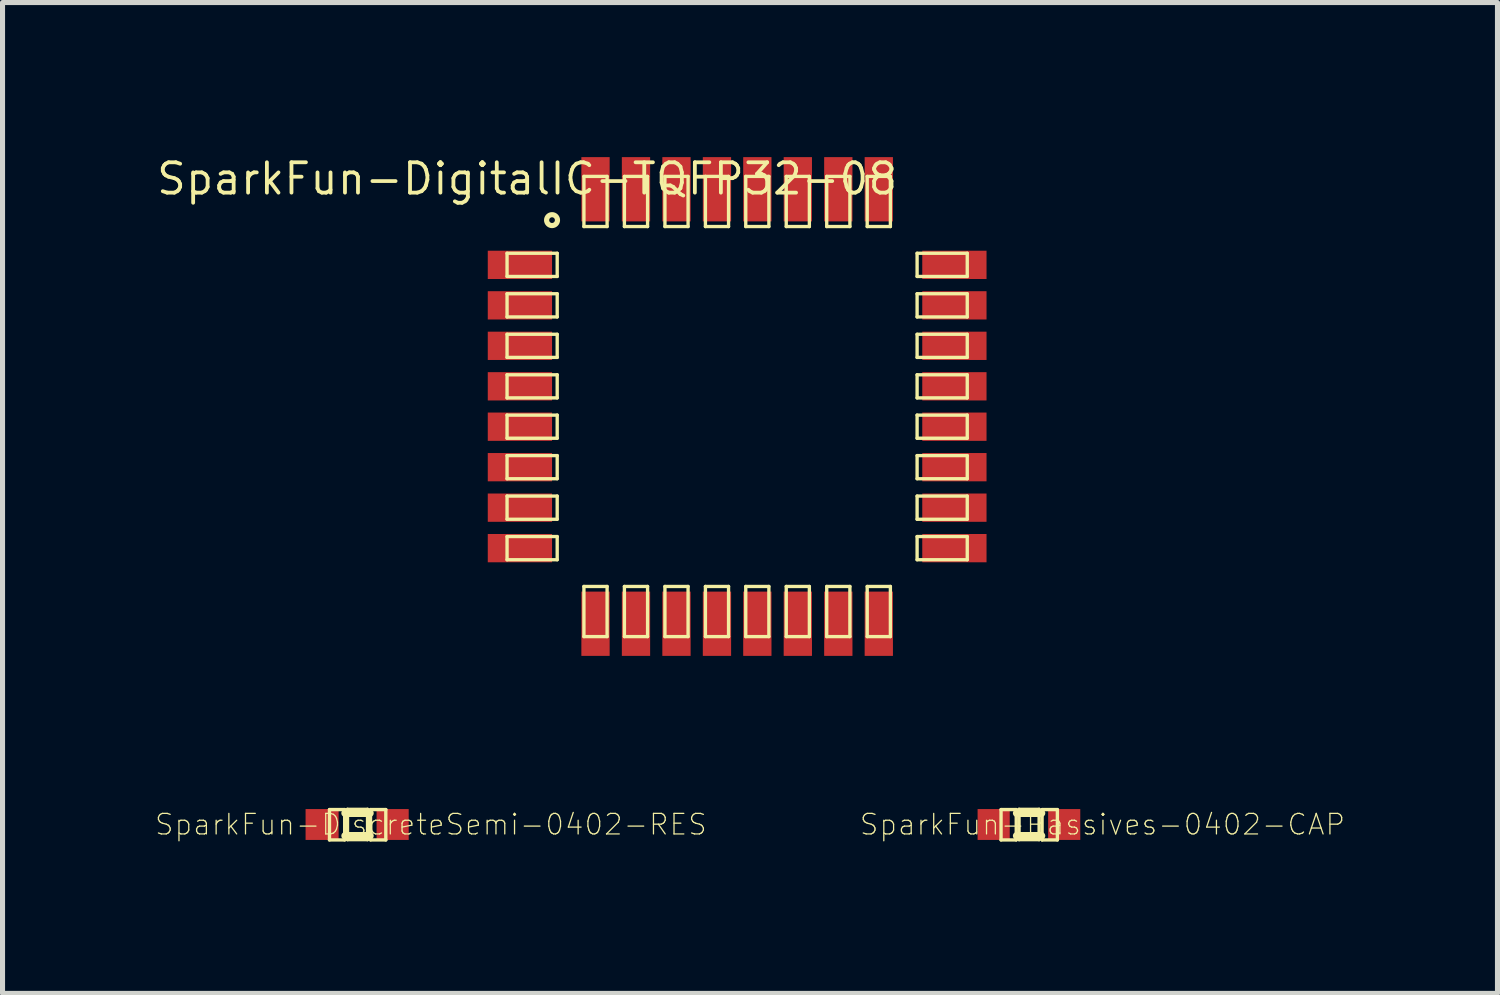
<source format=kicad_pcb>
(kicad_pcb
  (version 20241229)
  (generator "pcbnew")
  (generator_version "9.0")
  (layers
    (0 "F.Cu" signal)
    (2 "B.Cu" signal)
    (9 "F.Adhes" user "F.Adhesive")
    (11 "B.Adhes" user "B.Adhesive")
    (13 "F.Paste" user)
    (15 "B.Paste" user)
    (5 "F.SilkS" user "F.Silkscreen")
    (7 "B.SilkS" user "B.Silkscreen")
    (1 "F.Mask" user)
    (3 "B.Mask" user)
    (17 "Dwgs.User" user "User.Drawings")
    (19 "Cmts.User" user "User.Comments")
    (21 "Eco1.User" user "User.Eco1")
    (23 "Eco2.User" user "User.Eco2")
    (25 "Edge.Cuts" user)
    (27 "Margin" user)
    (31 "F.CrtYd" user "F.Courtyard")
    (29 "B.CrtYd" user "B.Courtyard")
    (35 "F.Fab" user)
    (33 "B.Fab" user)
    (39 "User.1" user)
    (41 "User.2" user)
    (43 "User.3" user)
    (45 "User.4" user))
  (footprint "SparkFun-DiscreteSemi-0402-RES"
    (layer "F.Cu")
    (at 3.315 13.243)
    (property "Reference" "SparkFun-DiscreteSemi-0402-RES" (at 2.15 0 0) (layer "F.SilkS") (effects (font (size 0.406 0.406) (thickness 0.025))))
    (attr smd)
    (fp_line (start 0.146 -0.295) (end 0.446 -0.295) (stroke (width 0.066) (type solid)) (layer "F.SilkS"))
    (fp_line (start 0.146 0.305) (end 0.146 -0.295) (stroke (width 0.066) (type solid)) (layer "F.SilkS"))
    (fp_line (start 0.146 0.305) (end 0.446 0.305) (stroke (width 0.066) (type solid)) (layer "F.SilkS"))
    (fp_line (start 0.446 0.305) (end 0.446 -0.295) (stroke (width 0.066) (type solid)) (layer "F.SilkS"))
    (fp_line (start 0.456 -0.224) (end 0.944 -0.224) (stroke (width 0.152) (type solid)) (layer "F.SilkS"))
    (fp_line (start 0.502 -0.3) (end 0.898 -0.3) (stroke (width 0.066) (type solid)) (layer "F.SilkS"))
    (fp_line (start 0.502 0.3) (end 0.502 -0.3) (stroke (width 0.066) (type solid)) (layer "F.SilkS"))
    (fp_line (start 0.502 0.3) (end 0.898 0.3) (stroke (width 0.066) (type solid)) (layer "F.SilkS"))
    (fp_line (start 0.898 0.3) (end 0.898 -0.3) (stroke (width 0.066) (type solid)) (layer "F.SilkS"))
    (fp_line (start 0.944 0.224) (end 0.456 0.224) (stroke (width 0.152) (type solid)) (layer "F.SilkS"))
    (fp_line (start 0.957 -0.295) (end 1.259 -0.295) (stroke (width 0.066) (type solid)) (layer "F.SilkS"))
    (fp_line (start 0.957 0.305) (end 0.957 -0.295) (stroke (width 0.066) (type solid)) (layer "F.SilkS"))
    (fp_line (start 0.957 0.305) (end 1.259 0.305) (stroke (width 0.066) (type solid)) (layer "F.SilkS"))
    (fp_line (start 1.259 0.305) (end 1.259 -0.295) (stroke (width 0.066) (type solid)) (layer "F.SilkS"))
    (pad "1" smd rect (at 0 0) (size 0.653 0.61) (layers "F.Cu" "F.Mask" "F.Paste"))
    (pad "2" smd rect (at 1.394 0) (size 0.635 0.61) (layers "F.Cu" "F.Mask" "F.Paste")))
  (footprint "SparkFun-DigitalIC-TQFP32-08"
    (layer "F.Cu")
    (at 11.517 4.983)
    (property "Reference" "SparkFun-DigitalIC-TQFP32-08" (at -4.15 -4.5 0) (layer "F.SilkS") (effects (font (size 0.6 0.6) (thickness 0.075))))
    (attr smd)
    (fp_line (start -4.547 -3.028) (end -3.556 -3.028) (stroke (width 0.066) (type solid)) (layer "F.SilkS"))
    (fp_line (start -4.547 -2.57) (end -4.547 -3.028) (stroke (width 0.066) (type solid)) (layer "F.SilkS"))
    (fp_line (start -4.547 -2.57) (end -3.556 -2.57) (stroke (width 0.066) (type solid)) (layer "F.SilkS"))
    (fp_line (start -4.547 -2.228) (end -3.556 -2.228) (stroke (width 0.066) (type solid)) (layer "F.SilkS"))
    (fp_line (start -4.547 -1.77) (end -4.547 -2.228) (stroke (width 0.066) (type solid)) (layer "F.SilkS"))
    (fp_line (start -4.547 -1.77) (end -3.556 -1.77) (stroke (width 0.066) (type solid)) (layer "F.SilkS"))
    (fp_line (start -4.547 -1.427) (end -3.556 -1.427) (stroke (width 0.066) (type solid)) (layer "F.SilkS"))
    (fp_line (start -4.547 -0.97) (end -4.547 -1.427) (stroke (width 0.066) (type solid)) (layer "F.SilkS"))
    (fp_line (start -4.547 -0.97) (end -3.556 -0.97) (stroke (width 0.066) (type solid)) (layer "F.SilkS"))
    (fp_line (start -4.547 -0.627) (end -3.556 -0.627) (stroke (width 0.066) (type solid)) (layer "F.SilkS"))
    (fp_line (start -4.547 -0.17) (end -4.547 -0.627) (stroke (width 0.066) (type solid)) (layer "F.SilkS"))
    (fp_line (start -4.547 -0.17) (end -3.556 -0.17) (stroke (width 0.066) (type solid)) (layer "F.SilkS"))
    (fp_line (start -4.547 0.17) (end -3.556 0.17) (stroke (width 0.066) (type solid)) (layer "F.SilkS"))
    (fp_line (start -4.547 0.627) (end -4.547 0.17) (stroke (width 0.066) (type solid)) (layer "F.SilkS"))
    (fp_line (start -4.547 0.627) (end -3.556 0.627) (stroke (width 0.066) (type solid)) (layer "F.SilkS"))
    (fp_line (start -4.547 0.97) (end -3.556 0.97) (stroke (width 0.066) (type solid)) (layer "F.SilkS"))
    (fp_line (start -4.547 1.427) (end -4.547 0.97) (stroke (width 0.066) (type solid)) (layer "F.SilkS"))
    (fp_line (start -4.547 1.427) (end -3.556 1.427) (stroke (width 0.066) (type solid)) (layer "F.SilkS"))
    (fp_line (start -4.547 1.77) (end -3.556 1.77) (stroke (width 0.066) (type solid)) (layer "F.SilkS"))
    (fp_line (start -4.547 2.228) (end -4.547 1.77) (stroke (width 0.066) (type solid)) (layer "F.SilkS"))
    (fp_line (start -4.547 2.228) (end -3.556 2.228) (stroke (width 0.066) (type solid)) (layer "F.SilkS"))
    (fp_line (start -4.547 2.57) (end -3.556 2.57) (stroke (width 0.066) (type solid)) (layer "F.SilkS"))
    (fp_line (start -4.547 3.028) (end -4.547 2.57) (stroke (width 0.066) (type solid)) (layer "F.SilkS"))
    (fp_line (start -4.547 3.028) (end -3.556 3.028) (stroke (width 0.066) (type solid)) (layer "F.SilkS"))
    (fp_line (start -3.556 -2.57) (end -3.556 -3.028) (stroke (width 0.066) (type solid)) (layer "F.SilkS"))
    (fp_line (start -3.556 -1.77) (end -3.556 -2.228) (stroke (width 0.066) (type solid)) (layer "F.SilkS"))
    (fp_line (start -3.556 -0.97) (end -3.556 -1.427) (stroke (width 0.066) (type solid)) (layer "F.SilkS"))
    (fp_line (start -3.556 -0.17) (end -3.556 -0.627) (stroke (width 0.066) (type solid)) (layer "F.SilkS"))
    (fp_line (start -3.556 0.627) (end -3.556 0.17) (stroke (width 0.066) (type solid)) (layer "F.SilkS"))
    (fp_line (start -3.556 1.427) (end -3.556 0.97) (stroke (width 0.066) (type solid)) (layer "F.SilkS"))
    (fp_line (start -3.556 2.228) (end -3.556 1.77) (stroke (width 0.066) (type solid)) (layer "F.SilkS"))
    (fp_line (start -3.556 3.028) (end -3.556 2.57) (stroke (width 0.066) (type solid)) (layer "F.SilkS"))
    (fp_line (start -3.028 -4.547) (end -2.57 -4.547) (stroke (width 0.066) (type solid)) (layer "F.SilkS"))
    (fp_line (start -3.028 -3.556) (end -3.028 -4.547) (stroke (width 0.066) (type solid)) (layer "F.SilkS"))
    (fp_line (start -3.028 -3.556) (end -2.57 -3.556) (stroke (width 0.066) (type solid)) (layer "F.SilkS"))
    (fp_line (start -3.028 3.556) (end -2.57 3.556) (stroke (width 0.066) (type solid)) (layer "F.SilkS"))
    (fp_line (start -3.028 4.547) (end -3.028 3.556) (stroke (width 0.066) (type solid)) (layer "F.SilkS"))
    (fp_line (start -3.028 4.547) (end -2.57 4.547) (stroke (width 0.066) (type solid)) (layer "F.SilkS"))
    (fp_line (start -2.57 -3.556) (end -2.57 -4.547) (stroke (width 0.066) (type solid)) (layer "F.SilkS"))
    (fp_line (start -2.57 4.547) (end -2.57 3.556) (stroke (width 0.066) (type solid)) (layer "F.SilkS"))
    (fp_line (start -2.228 -4.547) (end -1.77 -4.547) (stroke (width 0.066) (type solid)) (layer "F.SilkS"))
    (fp_line (start -2.228 -3.556) (end -2.228 -4.547) (stroke (width 0.066) (type solid)) (layer "F.SilkS"))
    (fp_line (start -2.228 -3.556) (end -1.77 -3.556) (stroke (width 0.066) (type solid)) (layer "F.SilkS"))
    (fp_line (start -2.228 3.556) (end -1.77 3.556) (stroke (width 0.066) (type solid)) (layer "F.SilkS"))
    (fp_line (start -2.228 4.547) (end -2.228 3.556) (stroke (width 0.066) (type solid)) (layer "F.SilkS"))
    (fp_line (start -2.228 4.547) (end -1.77 4.547) (stroke (width 0.066) (type solid)) (layer "F.SilkS"))
    (fp_line (start -1.77 -3.556) (end -1.77 -4.547) (stroke (width 0.066) (type solid)) (layer "F.SilkS"))
    (fp_line (start -1.77 4.547) (end -1.77 3.556) (stroke (width 0.066) (type solid)) (layer "F.SilkS"))
    (fp_line (start -1.427 -4.547) (end -0.97 -4.547) (stroke (width 0.066) (type solid)) (layer "F.SilkS"))
    (fp_line (start -1.427 -3.556) (end -1.427 -4.547) (stroke (width 0.066) (type solid)) (layer "F.SilkS"))
    (fp_line (start -1.427 -3.556) (end -0.97 -3.556) (stroke (width 0.066) (type solid)) (layer "F.SilkS"))
    (fp_line (start -1.427 3.556) (end -0.97 3.556) (stroke (width 0.066) (type solid)) (layer "F.SilkS"))
    (fp_line (start -1.427 4.547) (end -1.427 3.556) (stroke (width 0.066) (type solid)) (layer "F.SilkS"))
    (fp_line (start -1.427 4.547) (end -0.97 4.547) (stroke (width 0.066) (type solid)) (layer "F.SilkS"))
    (fp_line (start -0.97 -3.556) (end -0.97 -4.547) (stroke (width 0.066) (type solid)) (layer "F.SilkS"))
    (fp_line (start -0.97 4.547) (end -0.97 3.556) (stroke (width 0.066) (type solid)) (layer "F.SilkS"))
    (fp_line (start -0.627 -4.547) (end -0.17 -4.547) (stroke (width 0.066) (type solid)) (layer "F.SilkS"))
    (fp_line (start -0.627 -3.556) (end -0.627 -4.547) (stroke (width 0.066) (type solid)) (layer "F.SilkS"))
    (fp_line (start -0.627 -3.556) (end -0.17 -3.556) (stroke (width 0.066) (type solid)) (layer "F.SilkS"))
    (fp_line (start -0.627 3.556) (end -0.17 3.556) (stroke (width 0.066) (type solid)) (layer "F.SilkS"))
    (fp_line (start -0.627 4.547) (end -0.627 3.556) (stroke (width 0.066) (type solid)) (layer "F.SilkS"))
    (fp_line (start -0.627 4.547) (end -0.17 4.547) (stroke (width 0.066) (type solid)) (layer "F.SilkS"))
    (fp_line (start -0.17 -3.556) (end -0.17 -4.547) (stroke (width 0.066) (type solid)) (layer "F.SilkS"))
    (fp_line (start -0.17 4.547) (end -0.17 3.556) (stroke (width 0.066) (type solid)) (layer "F.SilkS"))
    (fp_line (start 0.17 -4.547) (end 0.627 -4.547) (stroke (width 0.066) (type solid)) (layer "F.SilkS"))
    (fp_line (start 0.17 -3.556) (end 0.17 -4.547) (stroke (width 0.066) (type solid)) (layer "F.SilkS"))
    (fp_line (start 0.17 -3.556) (end 0.627 -3.556) (stroke (width 0.066) (type solid)) (layer "F.SilkS"))
    (fp_line (start 0.17 3.556) (end 0.627 3.556) (stroke (width 0.066) (type solid)) (layer "F.SilkS"))
    (fp_line (start 0.17 4.547) (end 0.17 3.556) (stroke (width 0.066) (type solid)) (layer "F.SilkS"))
    (fp_line (start 0.17 4.547) (end 0.627 4.547) (stroke (width 0.066) (type solid)) (layer "F.SilkS"))
    (fp_line (start 0.627 -3.556) (end 0.627 -4.547) (stroke (width 0.066) (type solid)) (layer "F.SilkS"))
    (fp_line (start 0.627 4.547) (end 0.627 3.556) (stroke (width 0.066) (type solid)) (layer "F.SilkS"))
    (fp_line (start 0.97 -4.547) (end 1.427 -4.547) (stroke (width 0.066) (type solid)) (layer "F.SilkS"))
    (fp_line (start 0.97 -3.556) (end 0.97 -4.547) (stroke (width 0.066) (type solid)) (layer "F.SilkS"))
    (fp_line (start 0.97 -3.556) (end 1.427 -3.556) (stroke (width 0.066) (type solid)) (layer "F.SilkS"))
    (fp_line (start 0.97 3.556) (end 1.427 3.556) (stroke (width 0.066) (type solid)) (layer "F.SilkS"))
    (fp_line (start 0.97 4.547) (end 0.97 3.556) (stroke (width 0.066) (type solid)) (layer "F.SilkS"))
    (fp_line (start 0.97 4.547) (end 1.427 4.547) (stroke (width 0.066) (type solid)) (layer "F.SilkS"))
    (fp_line (start 1.427 -3.556) (end 1.427 -4.547) (stroke (width 0.066) (type solid)) (layer "F.SilkS"))
    (fp_line (start 1.427 4.547) (end 1.427 3.556) (stroke (width 0.066) (type solid)) (layer "F.SilkS"))
    (fp_line (start 1.77 -4.547) (end 2.228 -4.547) (stroke (width 0.066) (type solid)) (layer "F.SilkS"))
    (fp_line (start 1.77 -3.556) (end 1.77 -4.547) (stroke (width 0.066) (type solid)) (layer "F.SilkS"))
    (fp_line (start 1.77 -3.556) (end 2.228 -3.556) (stroke (width 0.066) (type solid)) (layer "F.SilkS"))
    (fp_line (start 1.77 3.556) (end 2.228 3.556) (stroke (width 0.066) (type solid)) (layer "F.SilkS"))
    (fp_line (start 1.77 4.547) (end 1.77 3.556) (stroke (width 0.066) (type solid)) (layer "F.SilkS"))
    (fp_line (start 1.77 4.547) (end 2.228 4.547) (stroke (width 0.066) (type solid)) (layer "F.SilkS"))
    (fp_line (start 2.228 -3.556) (end 2.228 -4.547) (stroke (width 0.066) (type solid)) (layer "F.SilkS"))
    (fp_line (start 2.228 4.547) (end 2.228 3.556) (stroke (width 0.066) (type solid)) (layer "F.SilkS"))
    (fp_line (start 2.57 -4.547) (end 3.028 -4.547) (stroke (width 0.066) (type solid)) (layer "F.SilkS"))
    (fp_line (start 2.57 -3.556) (end 2.57 -4.547) (stroke (width 0.066) (type solid)) (layer "F.SilkS"))
    (fp_line (start 2.57 -3.556) (end 3.028 -3.556) (stroke (width 0.066) (type solid)) (layer "F.SilkS"))
    (fp_line (start 2.57 3.556) (end 3.028 3.556) (stroke (width 0.066) (type solid)) (layer "F.SilkS"))
    (fp_line (start 2.57 4.547) (end 2.57 3.556) (stroke (width 0.066) (type solid)) (layer "F.SilkS"))
    (fp_line (start 2.57 4.547) (end 3.028 4.547) (stroke (width 0.066) (type solid)) (layer "F.SilkS"))
    (fp_line (start 3.028 -3.556) (end 3.028 -4.547) (stroke (width 0.066) (type solid)) (layer "F.SilkS"))
    (fp_line (start 3.028 4.547) (end 3.028 3.556) (stroke (width 0.066) (type solid)) (layer "F.SilkS"))
    (fp_line (start 3.556 -3.028) (end 4.547 -3.028) (stroke (width 0.066) (type solid)) (layer "F.SilkS"))
    (fp_line (start 3.556 -2.57) (end 3.556 -3.028) (stroke (width 0.066) (type solid)) (layer "F.SilkS"))
    (fp_line (start 3.556 -2.57) (end 4.547 -2.57) (stroke (width 0.066) (type solid)) (layer "F.SilkS"))
    (fp_line (start 3.556 -2.228) (end 4.547 -2.228) (stroke (width 0.066) (type solid)) (layer "F.SilkS"))
    (fp_line (start 3.556 -1.77) (end 3.556 -2.228) (stroke (width 0.066) (type solid)) (layer "F.SilkS"))
    (fp_line (start 3.556 -1.77) (end 4.547 -1.77) (stroke (width 0.066) (type solid)) (layer "F.SilkS"))
    (fp_line (start 3.556 -1.427) (end 4.547 -1.427) (stroke (width 0.066) (type solid)) (layer "F.SilkS"))
    (fp_line (start 3.556 -0.97) (end 3.556 -1.427) (stroke (width 0.066) (type solid)) (layer "F.SilkS"))
    (fp_line (start 3.556 -0.97) (end 4.547 -0.97) (stroke (width 0.066) (type solid)) (layer "F.SilkS"))
    (fp_line (start 3.556 -0.627) (end 4.547 -0.627) (stroke (width 0.066) (type solid)) (layer "F.SilkS"))
    (fp_line (start 3.556 -0.17) (end 3.556 -0.627) (stroke (width 0.066) (type solid)) (layer "F.SilkS"))
    (fp_line (start 3.556 -0.17) (end 4.547 -0.17) (stroke (width 0.066) (type solid)) (layer "F.SilkS"))
    (fp_line (start 3.556 0.17) (end 4.547 0.17) (stroke (width 0.066) (type solid)) (layer "F.SilkS"))
    (fp_line (start 3.556 0.627) (end 3.556 0.17) (stroke (width 0.066) (type solid)) (layer "F.SilkS"))
    (fp_line (start 3.556 0.627) (end 4.547 0.627) (stroke (width 0.066) (type solid)) (layer "F.SilkS"))
    (fp_line (start 3.556 0.97) (end 4.547 0.97) (stroke (width 0.066) (type solid)) (layer "F.SilkS"))
    (fp_line (start 3.556 1.427) (end 3.556 0.97) (stroke (width 0.066) (type solid)) (layer "F.SilkS"))
    (fp_line (start 3.556 1.427) (end 4.547 1.427) (stroke (width 0.066) (type solid)) (layer "F.SilkS"))
    (fp_line (start 3.556 1.77) (end 4.547 1.77) (stroke (width 0.066) (type solid)) (layer "F.SilkS"))
    (fp_line (start 3.556 2.228) (end 3.556 1.77) (stroke (width 0.066) (type solid)) (layer "F.SilkS"))
    (fp_line (start 3.556 2.228) (end 4.547 2.228) (stroke (width 0.066) (type solid)) (layer "F.SilkS"))
    (fp_line (start 3.556 2.57) (end 4.547 2.57) (stroke (width 0.066) (type solid)) (layer "F.SilkS"))
    (fp_line (start 3.556 3.028) (end 3.556 2.57) (stroke (width 0.066) (type solid)) (layer "F.SilkS"))
    (fp_line (start 3.556 3.028) (end 4.547 3.028) (stroke (width 0.066) (type solid)) (layer "F.SilkS"))
    (fp_line (start 4.547 -2.57) (end 4.547 -3.028) (stroke (width 0.066) (type solid)) (layer "F.SilkS"))
    (fp_line (start 4.547 -1.77) (end 4.547 -2.228) (stroke (width 0.066) (type solid)) (layer "F.SilkS"))
    (fp_line (start 4.547 -0.97) (end 4.547 -1.427) (stroke (width 0.066) (type solid)) (layer "F.SilkS"))
    (fp_line (start 4.547 -0.17) (end 4.547 -0.627) (stroke (width 0.066) (type solid)) (layer "F.SilkS"))
    (fp_line (start 4.547 0.627) (end 4.547 0.17) (stroke (width 0.066) (type solid)) (layer "F.SilkS"))
    (fp_line (start 4.547 1.427) (end 4.547 0.97) (stroke (width 0.066) (type solid)) (layer "F.SilkS"))
    (fp_line (start 4.547 2.228) (end 4.547 1.77) (stroke (width 0.066) (type solid)) (layer "F.SilkS"))
    (fp_line (start 4.547 3.028) (end 4.547 2.57) (stroke (width 0.066) (type solid)) (layer "F.SilkS"))
    (fp_circle (center -3.658 -3.683) (end -3.734 -3.759) (stroke (width 0.102) (type solid)) (fill no) (layer "F.SilkS"))
    (pad "1" smd rect (at -4.293 -2.799) (size 1.27 0.559) (layers "F.Cu" "F.Mask" "F.Paste"))
    (pad "2" smd rect (at -4.293 -1.999) (size 1.27 0.559) (layers "F.Cu" "F.Mask" "F.Paste"))
    (pad "3" smd rect (at -4.293 -1.199) (size 1.27 0.559) (layers "F.Cu" "F.Mask" "F.Paste"))
    (pad "4" smd rect (at -4.293 -0.399) (size 1.27 0.559) (layers "F.Cu" "F.Mask" "F.Paste"))
    (pad "5" smd rect (at -4.293 0.399) (size 1.27 0.559) (layers "F.Cu" "F.Mask" "F.Paste"))
    (pad "6" smd rect (at -4.293 1.199) (size 1.27 0.559) (layers "F.Cu" "F.Mask" "F.Paste"))
    (pad "7" smd rect (at -4.293 1.999) (size 1.27 0.559) (layers "F.Cu" "F.Mask" "F.Paste"))
    (pad "8" smd rect (at -4.293 2.799) (size 1.27 0.559) (layers "F.Cu" "F.Mask" "F.Paste"))
    (pad "9" smd rect (at -2.799 4.293) (size 0.559 1.27) (layers "F.Cu" "F.Mask" "F.Paste"))
    (pad "10" smd rect (at -1.999 4.293) (size 0.559 1.27) (layers "F.Cu" "F.Mask" "F.Paste"))
    (pad "11" smd rect (at -1.199 4.293) (size 0.559 1.27) (layers "F.Cu" "F.Mask" "F.Paste"))
    (pad "12" smd rect (at -0.399 4.293) (size 0.559 1.27) (layers "F.Cu" "F.Mask" "F.Paste"))
    (pad "13" smd rect (at 0.399 4.293) (size 0.559 1.27) (layers "F.Cu" "F.Mask" "F.Paste"))
    (pad "14" smd rect (at 1.199 4.293) (size 0.559 1.27) (layers "F.Cu" "F.Mask" "F.Paste"))
    (pad "15" smd rect (at 1.999 4.293) (size 0.559 1.27) (layers "F.Cu" "F.Mask" "F.Paste"))
    (pad "16" smd rect (at 2.799 4.293) (size 0.559 1.27) (layers "F.Cu" "F.Mask" "F.Paste"))
    (pad "17" smd rect (at 4.293 2.799) (size 1.27 0.559) (layers "F.Cu" "F.Mask" "F.Paste"))
    (pad "18" smd rect (at 4.293 1.999) (size 1.27 0.559) (layers "F.Cu" "F.Mask" "F.Paste"))
    (pad "19" smd rect (at 4.293 1.199) (size 1.27 0.559) (layers "F.Cu" "F.Mask" "F.Paste"))
    (pad "20" smd rect (at 4.293 0.399) (size 1.27 0.559) (layers "F.Cu" "F.Mask" "F.Paste"))
    (pad "21" smd rect (at 4.293 -0.399) (size 1.27 0.559) (layers "F.Cu" "F.Mask" "F.Paste"))
    (pad "22" smd rect (at 4.293 -1.199) (size 1.27 0.559) (layers "F.Cu" "F.Mask" "F.Paste"))
    (pad "23" smd rect (at 4.293 -1.999) (size 1.27 0.559) (layers "F.Cu" "F.Mask" "F.Paste"))
    (pad "24" smd rect (at 4.293 -2.799) (size 1.27 0.559) (layers "F.Cu" "F.Mask" "F.Paste"))
    (pad "25" smd rect (at 2.799 -4.293) (size 0.559 1.27) (layers "F.Cu" "F.Mask" "F.Paste"))
    (pad "26" smd rect (at 1.999 -4.293) (size 0.559 1.27) (layers "F.Cu" "F.Mask" "F.Paste"))
    (pad "27" smd rect (at 1.199 -4.293) (size 0.559 1.27) (layers "F.Cu" "F.Mask" "F.Paste"))
    (pad "28" smd rect (at 0.399 -4.293) (size 0.559 1.27) (layers "F.Cu" "F.Mask" "F.Paste"))
    (pad "29" smd rect (at -0.399 -4.293) (size 0.559 1.27) (layers "F.Cu" "F.Mask" "F.Paste"))
    (pad "30" smd rect (at -1.199 -4.293) (size 0.559 1.27) (layers "F.Cu" "F.Mask" "F.Paste"))
    (pad "31" smd rect (at -1.999 -4.293) (size 0.559 1.27) (layers "F.Cu" "F.Mask" "F.Paste"))
    (pad "32" smd rect (at -2.799 -4.293) (size 0.559 1.27) (layers "F.Cu" "F.Mask" "F.Paste")))
  (footprint "SparkFun-Passives-0402-CAP"
    (layer "F.Cu")
    (at 16.586 13.243)
    (property "Reference" "SparkFun-Passives-0402-CAP" (at 2.15 0 0) (layer "F.SilkS") (effects (font (size 0.406 0.406) (thickness 0.025))))
    (attr smd)
    (fp_line (start 0.146 -0.295) (end 0.446 -0.295) (stroke (width 0.066) (type solid)) (layer "F.SilkS"))
    (fp_line (start 0.146 0.305) (end 0.146 -0.295) (stroke (width 0.066) (type solid)) (layer "F.SilkS"))
    (fp_line (start 0.146 0.305) (end 0.446 0.305) (stroke (width 0.066) (type solid)) (layer "F.SilkS"))
    (fp_line (start 0.446 0.305) (end 0.446 -0.295) (stroke (width 0.066) (type solid)) (layer "F.SilkS"))
    (fp_line (start 0.456 -0.224) (end 0.944 -0.224) (stroke (width 0.152) (type solid)) (layer "F.SilkS"))
    (fp_line (start 0.502 -0.3) (end 0.898 -0.3) (stroke (width 0.066) (type solid)) (layer "F.SilkS"))
    (fp_line (start 0.502 0.3) (end 0.502 -0.3) (stroke (width 0.066) (type solid)) (layer "F.SilkS"))
    (fp_line (start 0.502 0.3) (end 0.898 0.3) (stroke (width 0.066) (type solid)) (layer "F.SilkS"))
    (fp_line (start 0.898 0.3) (end 0.898 -0.3) (stroke (width 0.066) (type solid)) (layer "F.SilkS"))
    (fp_line (start 0.944 0.224) (end 0.456 0.224) (stroke (width 0.152) (type solid)) (layer "F.SilkS"))
    (fp_line (start 0.957 -0.295) (end 1.259 -0.295) (stroke (width 0.066) (type solid)) (layer "F.SilkS"))
    (fp_line (start 0.957 0.305) (end 0.957 -0.295) (stroke (width 0.066) (type solid)) (layer "F.SilkS"))
    (fp_line (start 0.957 0.305) (end 1.259 0.305) (stroke (width 0.066) (type solid)) (layer "F.SilkS"))
    (fp_line (start 1.259 0.305) (end 1.259 -0.295) (stroke (width 0.066) (type solid)) (layer "F.SilkS"))
    (pad "1" smd rect (at 0 0) (size 0.635 0.61) (layers "F.Cu" "F.Mask" "F.Paste"))
    (pad "2" smd rect (at 1.394 0) (size 0.635 0.61) (layers "F.Cu" "F.Mask" "F.Paste")))
  (gr_rect
    (start -3 -3)
    (end 26.542 16.581)
    (stroke (width 0.1) (type default))
    (fill no)
    (layer "Edge.Cuts")))
</source>
